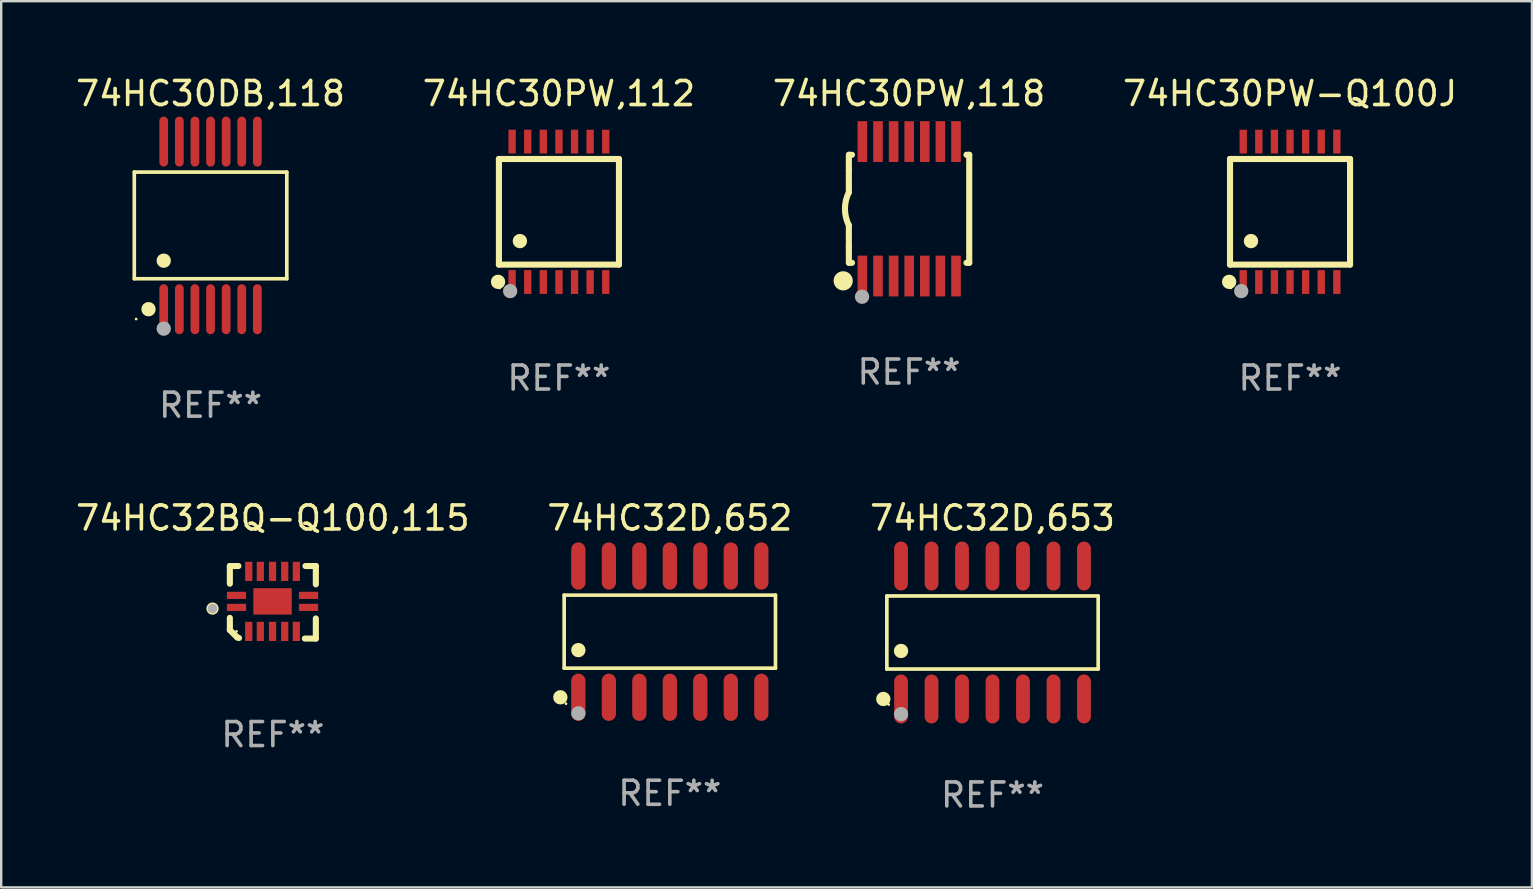
<source format=kicad_pcb>
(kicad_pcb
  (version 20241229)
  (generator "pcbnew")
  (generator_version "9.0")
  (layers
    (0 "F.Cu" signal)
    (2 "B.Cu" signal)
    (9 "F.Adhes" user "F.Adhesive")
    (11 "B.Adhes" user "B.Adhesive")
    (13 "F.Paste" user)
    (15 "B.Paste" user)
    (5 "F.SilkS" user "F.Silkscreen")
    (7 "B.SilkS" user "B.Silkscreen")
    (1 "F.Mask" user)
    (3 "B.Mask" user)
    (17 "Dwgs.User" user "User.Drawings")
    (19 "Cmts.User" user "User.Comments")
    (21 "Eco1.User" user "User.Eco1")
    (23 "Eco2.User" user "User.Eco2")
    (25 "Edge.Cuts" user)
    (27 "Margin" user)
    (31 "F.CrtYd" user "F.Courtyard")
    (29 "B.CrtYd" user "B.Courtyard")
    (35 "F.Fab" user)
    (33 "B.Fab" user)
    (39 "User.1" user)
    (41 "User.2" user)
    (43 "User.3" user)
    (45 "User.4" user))
  (footprint "74HC30PW-Q100J"
    (layer "F.Cu")
    (at 50.685 5.773)
    (property "Reference" "74HC30PW-Q100J" (at 0 -4.925 0) (layer "F.SilkS") (effects (font (size 1 1) (thickness 0.15))))
    (attr through_hole)
    (fp_line (start -2.5 2.2) (end -2.5 -2.2) (stroke (width 0.254) (type solid)) (layer "F.SilkS"))
    (fp_line (start -2.5 2.2) (end 2.5 2.2) (stroke (width 0.254) (type solid)) (layer "F.SilkS"))
    (fp_line (start 2.5 -2.2) (end -2.5 -2.2) (stroke (width 0.254) (type solid)) (layer "F.SilkS"))
    (fp_line (start 2.5 -2.2) (end 2.5 2.2) (stroke (width 0.254) (type solid)) (layer "F.SilkS"))
    (fp_circle (center -2.536 2.917) (end -2.386 2.917) (stroke (width 0.3) (type solid)) (fill no) (layer "F.SilkS"))
    (fp_circle (center -2.47 3.17) (end -2.44 3.17) (stroke (width 0.06) (type solid)) (fill no) (layer "F.SilkS"))
    (fp_circle (center -1.626 1.219) (end -1.475 1.219) (stroke (width 0.3) (type solid)) (fill no) (layer "F.SilkS"))
    (fp_circle (center -2.032 3.302) (end -1.882 3.302) (stroke (width 0.3) (type solid)) (fill no) (layer "F.Fab"))
    (fp_text user "REF**" (at 0 6.925 0) (layer "F.Fab") (effects (font (size 1 1) (thickness 0.15))))
    (pad "1" smd rect (at -1.95 2.925) (size 0.305 0.991) (layers "F.Cu" "F.Mask" "F.Paste"))
    (pad "2" smd rect (at -1.3 2.925) (size 0.305 0.991) (layers "F.Cu" "F.Mask" "F.Paste"))
    (pad "3" smd rect (at -0.65 2.925) (size 0.305 0.991) (layers "F.Cu" "F.Mask" "F.Paste"))
    (pad "4" smd rect (at 0 2.925) (size 0.305 0.991) (layers "F.Cu" "F.Mask" "F.Paste"))
    (pad "5" smd rect (at 0.65 2.925) (size 0.305 0.991) (layers "F.Cu" "F.Mask" "F.Paste"))
    (pad "6" smd rect (at 1.3 2.925) (size 0.305 0.991) (layers "F.Cu" "F.Mask" "F.Paste"))
    (pad "7" smd rect (at 1.95 2.925) (size 0.305 0.991) (layers "F.Cu" "F.Mask" "F.Paste"))
    (pad "8" smd rect (at 1.95 -2.925) (size 0.305 0.991) (layers "F.Cu" "F.Mask" "F.Paste"))
    (pad "9" smd rect (at 1.3 -2.925) (size 0.305 0.991) (layers "F.Cu" "F.Mask" "F.Paste"))
    (pad "10" smd rect (at 0.65 -2.925) (size 0.305 0.991) (layers "F.Cu" "F.Mask" "F.Paste"))
    (pad "11" smd rect (at 0 -2.925) (size 0.305 0.991) (layers "F.Cu" "F.Mask" "F.Paste"))
    (pad "12" smd rect (at -0.65 -2.925) (size 0.305 0.991) (layers "F.Cu" "F.Mask" "F.Paste"))
    (pad "13" smd rect (at -1.3 -2.925) (size 0.305 0.991) (layers "F.Cu" "F.Mask" "F.Paste"))
    (pad "14" smd rect (at -1.95 -2.925) (size 0.305 0.991) (layers "F.Cu" "F.Mask" "F.Paste")))
  (footprint "74HC32D,652"
    (layer "F.Cu")
    (at 24.851 23.261)
    (property "Reference" "74HC32D,652" (at 0 -4.734 0) (layer "F.SilkS") (effects (font (size 1 1) (thickness 0.15))))
    (attr through_hole)
    (fp_line (start -4.401 -1.521) (end 4.401 -1.521) (stroke (width 0.152) (type solid)) (layer "F.SilkS"))
    (fp_line (start -4.401 1.521) (end -4.401 -1.521) (stroke (width 0.152) (type solid)) (layer "F.SilkS"))
    (fp_line (start 4.401 -1.521) (end 4.401 1.521) (stroke (width 0.152) (type solid)) (layer "F.SilkS"))
    (fp_line (start 4.401 1.521) (end -4.401 1.521) (stroke (width 0.152) (type solid)) (layer "F.SilkS"))
    (fp_circle (center -4.56 2.734) (end -4.41 2.734) (stroke (width 0.3) (type solid)) (fill no) (layer "F.SilkS"))
    (fp_circle (center -4.325 3) (end -4.295 3) (stroke (width 0.06) (type solid)) (fill no) (layer "F.SilkS"))
    (fp_circle (center -3.81 0.769) (end -3.66 0.769) (stroke (width 0.3) (type solid)) (fill no) (layer "F.SilkS"))
    (fp_circle (center -3.81 3.4) (end -3.66 3.4) (stroke (width 0.3) (type solid)) (fill no) (layer "F.Fab"))
    (fp_text user "REF**" (at 0 6.734 0) (layer "F.Fab") (effects (font (size 1 1) (thickness 0.15))))
    (pad "1" smd oval (at -3.81 2.734) (size 0.595 1.968) (layers "F.Cu" "F.Mask" "F.Paste"))
    (pad "2" smd oval (at -2.54 2.734) (size 0.595 1.968) (layers "F.Cu" "F.Mask" "F.Paste"))
    (pad "3" smd oval (at -1.27 2.734) (size 0.595 1.968) (layers "F.Cu" "F.Mask" "F.Paste"))
    (pad "4" smd oval (at 0 2.734) (size 0.595 1.968) (layers "F.Cu" "F.Mask" "F.Paste"))
    (pad "5" smd oval (at 1.27 2.734) (size 0.595 1.968) (layers "F.Cu" "F.Mask" "F.Paste"))
    (pad "6" smd oval (at 2.54 2.734) (size 0.595 1.968) (layers "F.Cu" "F.Mask" "F.Paste"))
    (pad "7" smd oval (at 3.81 2.734) (size 0.595 1.968) (layers "F.Cu" "F.Mask" "F.Paste"))
    (pad "8" smd oval (at 3.81 -2.734) (size 0.595 1.968) (layers "F.Cu" "F.Mask" "F.Paste"))
    (pad "9" smd oval (at 2.54 -2.734) (size 0.595 1.968) (layers "F.Cu" "F.Mask" "F.Paste"))
    (pad "10" smd oval (at 1.27 -2.734) (size 0.595 1.968) (layers "F.Cu" "F.Mask" "F.Paste"))
    (pad "11" smd oval (at 0 -2.734) (size 0.595 1.968) (layers "F.Cu" "F.Mask" "F.Paste"))
    (pad "12" smd oval (at -1.27 -2.734) (size 0.595 1.968) (layers "F.Cu" "F.Mask" "F.Paste"))
    (pad "13" smd oval (at -2.54 -2.734) (size 0.595 1.968) (layers "F.Cu" "F.Mask" "F.Paste"))
    (pad "14" smd oval (at -3.81 -2.734) (size 0.595 1.968) (layers "F.Cu" "F.Mask" "F.Paste")))
  (footprint "74HC32BQ-Q100,115"
    (layer "F.Cu")
    (at 8.315 22.038)
    (property "Reference" "74HC32BQ-Q100,115" (at 0 -3.511 0) (layer "F.SilkS") (effects (font (size 1 1) (thickness 0.15))))
    (attr through_hole)
    (fp_line (start -1.791 -1.511) (end -1.435 -1.511) (stroke (width 0.254) (type solid)) (layer "F.SilkS"))
    (fp_line (start -1.791 -0.775) (end -1.791 -1.511) (stroke (width 0.254) (type solid)) (layer "F.SilkS"))
    (fp_line (start -1.791 1.156) (end -1.791 0.648) (stroke (width 0.254) (type solid)) (layer "F.SilkS"))
    (fp_line (start -1.486 1.461) (end -1.791 1.156) (stroke (width 0.254) (type solid)) (layer "F.SilkS"))
    (fp_line (start -1.41 1.486) (end -1.486 1.461) (stroke (width 0.254) (type solid)) (layer "F.SilkS"))
    (fp_line (start 1.334 1.511) (end 1.791 1.511) (stroke (width 0.254) (type solid)) (layer "F.SilkS"))
    (fp_line (start 1.791 -1.511) (end 1.359 -1.511) (stroke (width 0.254) (type solid)) (layer "F.SilkS"))
    (fp_line (start 1.791 -0.749) (end 1.791 -1.511) (stroke (width 0.254) (type solid)) (layer "F.SilkS"))
    (fp_line (start 1.791 1.511) (end 1.791 0.673) (stroke (width 0.254) (type solid)) (layer "F.SilkS"))
    (fp_circle (center -2.513 0.262) (end -2.383 0.262) (stroke (width 0.254) (type solid)) (fill no) (layer "F.SilkS"))
    (fp_circle (center -1.513 1.212) (end -1.483 1.212) (stroke (width 0.06) (type solid)) (fill no) (layer "F.SilkS"))
    (fp_circle (center -2.513 0.262) (end -2.413 0.262) (stroke (width 0.2) (type solid)) (fill no) (layer "F.Fab"))
    (fp_text user "REF**" (at 0 5.511 0) (layer "F.Fab") (effects (font (size 1 1) (thickness 0.15))))
    (pad "1" smd rect (at -1.513 0.212) (size 0.8 0.3) (layers "F.Cu" "F.Mask" "F.Paste"))
    (pad "2" smd rect (at -1.003 1.212) (size 0.3 0.8) (layers "F.Cu" "F.Mask" "F.Paste"))
    (pad "3" smd rect (at -0.521 1.212) (size 0.3 0.8) (layers "F.Cu" "F.Mask" "F.Paste"))
    (pad "4" smd rect (at -0.013 1.212) (size 0.3 0.8) (layers "F.Cu" "F.Mask" "F.Paste"))
    (pad "5" smd rect (at 0.495 1.212) (size 0.3 0.8) (layers "F.Cu" "F.Mask" "F.Paste"))
    (pad "6" smd rect (at 0.978 1.212) (size 0.3 0.8) (layers "F.Cu" "F.Mask" "F.Paste"))
    (pad "7" smd rect (at 1.487 0.212) (size 0.8 0.3) (layers "F.Cu" "F.Mask" "F.Paste"))
    (pad "8" smd rect (at 1.487 -0.288) (size 0.8 0.3) (layers "F.Cu" "F.Mask" "F.Paste"))
    (pad "9" smd rect (at 0.978 -1.288) (size 0.3 0.8) (layers "F.Cu" "F.Mask" "F.Paste"))
    (pad "10" smd rect (at 0.495 -1.288) (size 0.3 0.8) (layers "F.Cu" "F.Mask" "F.Paste"))
    (pad "11" smd rect (at -0.013 -1.288) (size 0.3 0.8) (layers "F.Cu" "F.Mask" "F.Paste"))
    (pad "12" smd rect (at -0.521 -1.288) (size 0.3 0.8) (layers "F.Cu" "F.Mask" "F.Paste"))
    (pad "13" smd rect (at -1.003 -1.288) (size 0.3 0.8) (layers "F.Cu" "F.Mask" "F.Paste"))
    (pad "14" smd rect (at -1.513 -0.288) (size 0.8 0.3) (layers "F.Cu" "F.Mask" "F.Paste"))
    (pad "15" smd rect (at -0.013 -0.038 90) (size 1.1 1.6) (layers "F.Cu" "F.Mask" "F.Paste")))
  (footprint "74HC32D,653"
    (layer "F.Cu")
    (at 38.292 23.296)
    (property "Reference" "74HC32D,653" (at 0 -4.769 0) (layer "F.SilkS") (effects (font (size 1 1) (thickness 0.15))))
    (attr through_hole)
    (fp_line (start -4.401 -1.521) (end 4.401 -1.521) (stroke (width 0.152) (type solid)) (layer "F.SilkS"))
    (fp_line (start -4.401 1.521) (end -4.401 -1.521) (stroke (width 0.152) (type solid)) (layer "F.SilkS"))
    (fp_line (start 4.401 -1.521) (end 4.401 1.521) (stroke (width 0.152) (type solid)) (layer "F.SilkS"))
    (fp_line (start 4.401 1.521) (end -4.401 1.521) (stroke (width 0.152) (type solid)) (layer "F.SilkS"))
    (fp_circle (center -4.549 2.769) (end -4.399 2.769) (stroke (width 0.3) (type solid)) (fill no) (layer "F.SilkS"))
    (fp_circle (center -4.325 3) (end -4.295 3) (stroke (width 0.06) (type solid)) (fill no) (layer "F.SilkS"))
    (fp_circle (center -3.81 0.769) (end -3.66 0.769) (stroke (width 0.3) (type solid)) (fill no) (layer "F.SilkS"))
    (fp_circle (center -3.81 3.4) (end -3.66 3.4) (stroke (width 0.3) (type solid)) (fill no) (layer "F.Fab"))
    (fp_text user "REF**" (at 0 6.769 0) (layer "F.Fab") (effects (font (size 1 1) (thickness 0.15))))
    (pad "1" smd oval (at -3.81 2.769) (size 0.574 2.038) (layers "F.Cu" "F.Mask" "F.Paste"))
    (pad "2" smd oval (at -2.54 2.769) (size 0.574 2.038) (layers "F.Cu" "F.Mask" "F.Paste"))
    (pad "3" smd oval (at -1.27 2.769) (size 0.574 2.038) (layers "F.Cu" "F.Mask" "F.Paste"))
    (pad "4" smd oval (at 0 2.769) (size 0.574 2.038) (layers "F.Cu" "F.Mask" "F.Paste"))
    (pad "5" smd oval (at 1.27 2.769) (size 0.574 2.038) (layers "F.Cu" "F.Mask" "F.Paste"))
    (pad "6" smd oval (at 2.54 2.769) (size 0.574 2.038) (layers "F.Cu" "F.Mask" "F.Paste"))
    (pad "7" smd oval (at 3.81 2.769) (size 0.574 2.038) (layers "F.Cu" "F.Mask" "F.Paste"))
    (pad "8" smd oval (at 3.81 -2.769) (size 0.574 2.038) (layers "F.Cu" "F.Mask" "F.Paste"))
    (pad "9" smd oval (at 2.54 -2.769) (size 0.574 2.038) (layers "F.Cu" "F.Mask" "F.Paste"))
    (pad "10" smd oval (at 1.27 -2.769) (size 0.574 2.038) (layers "F.Cu" "F.Mask" "F.Paste"))
    (pad "11" smd oval (at 0 -2.769) (size 0.574 2.038) (layers "F.Cu" "F.Mask" "F.Paste"))
    (pad "12" smd oval (at -1.27 -2.769) (size 0.574 2.038) (layers "F.Cu" "F.Mask" "F.Paste"))
    (pad "13" smd oval (at -2.54 -2.769) (size 0.574 2.038) (layers "F.Cu" "F.Mask" "F.Paste"))
    (pad "14" smd oval (at -3.81 -2.769) (size 0.574 2.038) (layers "F.Cu" "F.Mask" "F.Paste")))
  (footprint "74HC30PW,118"
    (layer "F.Cu")
    (at 34.815 5.648)
    (property "Reference" "74HC30PW,118" (at 0 -4.8 0) (layer "F.SilkS") (effects (font (size 1 1) (thickness 0.15))))
    (attr through_hole)
    (fp_line (start -2.507 -1.6) (end -2.507 -2.25) (stroke (width 0.254) (type solid)) (layer "F.SilkS"))
    (fp_line (start -2.507 -0.686) (end -2.507 -1.6) (stroke (width 0.254) (type solid)) (layer "F.SilkS"))
    (fp_line (start -2.507 1.6) (end -2.507 0.686) (stroke (width 0.254) (type solid)) (layer "F.SilkS"))
    (fp_line (start -2.507 1.6) (end -2.507 2.25) (stroke (width 0.254) (type solid)) (layer "F.SilkS"))
    (fp_line (start -2.493 -2.25) (end -2.377 -2.25) (stroke (width 0.254) (type solid)) (layer "F.SilkS"))
    (fp_line (start -2.377 2.25) (end -2.493 2.25) (stroke (width 0.254) (type solid)) (layer "F.SilkS"))
    (fp_line (start 2.392 -2.25) (end 2.507 -2.25) (stroke (width 0.254) (type solid)) (layer "F.SilkS"))
    (fp_line (start 2.507 -2.25) (end 2.507 2.25) (stroke (width 0.254) (type solid)) (layer "F.SilkS"))
    (fp_line (start 2.507 2.25) (end 2.392 2.25) (stroke (width 0.254) (type solid)) (layer "F.SilkS"))
    (fp_arc (start -2.507303 0.685802) (mid -2.669199 0) (end -2.507303 -0.685801) (stroke (width 0.254001) (type solid)) (layer "F.SilkS"))
    (fp_circle (center -2.743 3) (end -2.543 3) (stroke (width 0.4) (type solid)) (fill no) (layer "F.SilkS"))
    (fp_circle (center -2.493 3.2) (end -2.463 3.2) (stroke (width 0.06) (type solid)) (fill no) (layer "F.SilkS"))
    (fp_circle (center -1.957 3.662) (end -1.807 3.662) (stroke (width 0.3) (type solid)) (fill no) (layer "F.Fab"))
    (fp_text user "REF**" (at 0 6.8 0) (layer "F.Fab") (effects (font (size 1 1) (thickness 0.15))))
    (pad "1" smd rect (at -1.943 2.8) (size 0.4 1.7) (layers "F.Cu" "F.Mask" "F.Paste"))
    (pad "2" smd rect (at -1.293 2.8) (size 0.4 1.7) (layers "F.Cu" "F.Mask" "F.Paste"))
    (pad "3" smd rect (at -0.643 2.8) (size 0.4 1.7) (layers "F.Cu" "F.Mask" "F.Paste"))
    (pad "4" smd rect (at 0.007 2.8) (size 0.4 1.7) (layers "F.Cu" "F.Mask" "F.Paste"))
    (pad "5" smd rect (at 0.657 2.8) (size 0.4 1.7) (layers "F.Cu" "F.Mask" "F.Paste"))
    (pad "6" smd rect (at 1.307 2.8) (size 0.4 1.7) (layers "F.Cu" "F.Mask" "F.Paste"))
    (pad "7" smd rect (at 1.957 2.8) (size 0.4 1.7) (layers "F.Cu" "F.Mask" "F.Paste"))
    (pad "8" smd rect (at 1.957 -2.8) (size 0.4 1.7) (layers "F.Cu" "F.Mask" "F.Paste"))
    (pad "9" smd rect (at 1.307 -2.8) (size 0.4 1.7) (layers "F.Cu" "F.Mask" "F.Paste"))
    (pad "10" smd rect (at 0.657 -2.8) (size 0.4 1.7) (layers "F.Cu" "F.Mask" "F.Paste"))
    (pad "11" smd rect (at 0.007 -2.8) (size 0.4 1.7) (layers "F.Cu" "F.Mask" "F.Paste"))
    (pad "12" smd rect (at -0.643 -2.8) (size 0.4 1.7) (layers "F.Cu" "F.Mask" "F.Paste"))
    (pad "13" smd rect (at -1.293 -2.8) (size 0.4 1.7) (layers "F.Cu" "F.Mask" "F.Paste"))
    (pad "14" smd rect (at -1.943 -2.8) (size 0.4 1.7) (layers "F.Cu" "F.Mask" "F.Paste")))
  (footprint "74HC30PW,112"
    (layer "F.Cu")
    (at 20.232 5.773)
    (property "Reference" "74HC30PW,112" (at 0 -4.925 0) (layer "F.SilkS") (effects (font (size 1 1) (thickness 0.15))))
    (attr through_hole)
    (fp_line (start -2.5 2.2) (end -2.5 -2.2) (stroke (width 0.254) (type solid)) (layer "F.SilkS"))
    (fp_line (start -2.5 2.2) (end 2.5 2.2) (stroke (width 0.254) (type solid)) (layer "F.SilkS"))
    (fp_line (start 2.5 -2.2) (end -2.5 -2.2) (stroke (width 0.254) (type solid)) (layer "F.SilkS"))
    (fp_line (start 2.5 -2.2) (end 2.5 2.2) (stroke (width 0.254) (type solid)) (layer "F.SilkS"))
    (fp_circle (center -2.536 2.917) (end -2.386 2.917) (stroke (width 0.3) (type solid)) (fill no) (layer "F.SilkS"))
    (fp_circle (center -2.47 3.17) (end -2.44 3.17) (stroke (width 0.06) (type solid)) (fill no) (layer "F.SilkS"))
    (fp_circle (center -1.626 1.219) (end -1.475 1.219) (stroke (width 0.3) (type solid)) (fill no) (layer "F.SilkS"))
    (fp_circle (center -2.032 3.302) (end -1.882 3.302) (stroke (width 0.3) (type solid)) (fill no) (layer "F.Fab"))
    (fp_text user "REF**" (at 0 6.925 0) (layer "F.Fab") (effects (font (size 1 1) (thickness 0.15))))
    (pad "1" smd rect (at -1.95 2.925) (size 0.305 0.991) (layers "F.Cu" "F.Mask" "F.Paste"))
    (pad "2" smd rect (at -1.3 2.925) (size 0.305 0.991) (layers "F.Cu" "F.Mask" "F.Paste"))
    (pad "3" smd rect (at -0.65 2.925) (size 0.305 0.991) (layers "F.Cu" "F.Mask" "F.Paste"))
    (pad "4" smd rect (at 0 2.925) (size 0.305 0.991) (layers "F.Cu" "F.Mask" "F.Paste"))
    (pad "5" smd rect (at 0.65 2.925) (size 0.305 0.991) (layers "F.Cu" "F.Mask" "F.Paste"))
    (pad "6" smd rect (at 1.3 2.925) (size 0.305 0.991) (layers "F.Cu" "F.Mask" "F.Paste"))
    (pad "7" smd rect (at 1.95 2.925) (size 0.305 0.991) (layers "F.Cu" "F.Mask" "F.Paste"))
    (pad "8" smd rect (at 1.95 -2.925) (size 0.305 0.991) (layers "F.Cu" "F.Mask" "F.Paste"))
    (pad "9" smd rect (at 1.3 -2.925) (size 0.305 0.991) (layers "F.Cu" "F.Mask" "F.Paste"))
    (pad "10" smd rect (at 0.65 -2.925) (size 0.305 0.991) (layers "F.Cu" "F.Mask" "F.Paste"))
    (pad "11" smd rect (at 0 -2.925) (size 0.305 0.991) (layers "F.Cu" "F.Mask" "F.Paste"))
    (pad "12" smd rect (at -0.65 -2.925) (size 0.305 0.991) (layers "F.Cu" "F.Mask" "F.Paste"))
    (pad "13" smd rect (at -1.3 -2.925) (size 0.305 0.991) (layers "F.Cu" "F.Mask" "F.Paste"))
    (pad "14" smd rect (at -1.95 -2.925) (size 0.305 0.991) (layers "F.Cu" "F.Mask" "F.Paste")))
  (footprint "74HC30DB,118"
    (layer "F.Cu")
    (at 5.72 6.339)
    (property "Reference" "74HC30DB,118" (at 0 -5.491 0) (layer "F.SilkS") (effects (font (size 1 1) (thickness 0.15))))
    (attr through_hole)
    (fp_line (start -3.176 -2.221) (end 3.176 -2.221) (stroke (width 0.152) (type solid)) (layer "F.SilkS"))
    (fp_line (start -3.176 2.221) (end -3.176 -2.221) (stroke (width 0.152) (type solid)) (layer "F.SilkS"))
    (fp_line (start 3.176 -2.221) (end 3.176 2.221) (stroke (width 0.152) (type solid)) (layer "F.SilkS"))
    (fp_line (start 3.176 2.221) (end -3.176 2.221) (stroke (width 0.152) (type solid)) (layer "F.SilkS"))
    (fp_circle (center -3.1 3.9) (end -3.07 3.9) (stroke (width 0.06) (type solid)) (fill no) (layer "F.SilkS"))
    (fp_circle (center -2.584 3.491) (end -2.434 3.491) (stroke (width 0.3) (type solid)) (fill no) (layer "F.SilkS"))
    (fp_circle (center -1.95 1.469) (end -1.8 1.469) (stroke (width 0.3) (type solid)) (fill no) (layer "F.SilkS"))
    (fp_circle (center -1.95 4.3) (end -1.8 4.3) (stroke (width 0.3) (type solid)) (fill no) (layer "F.Fab"))
    (fp_text user "REF**" (at 0 7.491 0) (layer "F.Fab") (effects (font (size 1 1) (thickness 0.15))))
    (pad "1" smd oval (at -1.95 3.491) (size 0.364 2.082) (layers "F.Cu" "F.Mask" "F.Paste"))
    (pad "2" smd oval (at -1.3 3.491) (size 0.364 2.082) (layers "F.Cu" "F.Mask" "F.Paste"))
    (pad "3" smd oval (at -0.65 3.491) (size 0.364 2.082) (layers "F.Cu" "F.Mask" "F.Paste"))
    (pad "4" smd oval (at 0 3.491) (size 0.364 2.082) (layers "F.Cu" "F.Mask" "F.Paste"))
    (pad "5" smd oval (at 0.65 3.491) (size 0.364 2.082) (layers "F.Cu" "F.Mask" "F.Paste"))
    (pad "6" smd oval (at 1.3 3.491) (size 0.364 2.082) (layers "F.Cu" "F.Mask" "F.Paste"))
    (pad "7" smd oval (at 1.95 3.491) (size 0.364 2.082) (layers "F.Cu" "F.Mask" "F.Paste"))
    (pad "8" smd oval (at 1.95 -3.491) (size 0.364 2.082) (layers "F.Cu" "F.Mask" "F.Paste"))
    (pad "9" smd oval (at 1.3 -3.491) (size 0.364 2.082) (layers "F.Cu" "F.Mask" "F.Paste"))
    (pad "10" smd oval (at 0.65 -3.491) (size 0.364 2.082) (layers "F.Cu" "F.Mask" "F.Paste"))
    (pad "11" smd oval (at 0 -3.491) (size 0.364 2.082) (layers "F.Cu" "F.Mask" "F.Paste"))
    (pad "12" smd oval (at -0.65 -3.491) (size 0.364 2.082) (layers "F.Cu" "F.Mask" "F.Paste"))
    (pad "13" smd oval (at -1.3 -3.491) (size 0.364 2.082) (layers "F.Cu" "F.Mask" "F.Paste"))
    (pad "14" smd oval (at -1.95 -3.491) (size 0.364 2.082) (layers "F.Cu" "F.Mask" "F.Paste")))
  (gr_rect
    (start -3 -3)
    (end 60.762 33.913)
    (stroke (width 0.1) (type default))
    (fill no)
    (layer "Edge.Cuts")))
</source>
